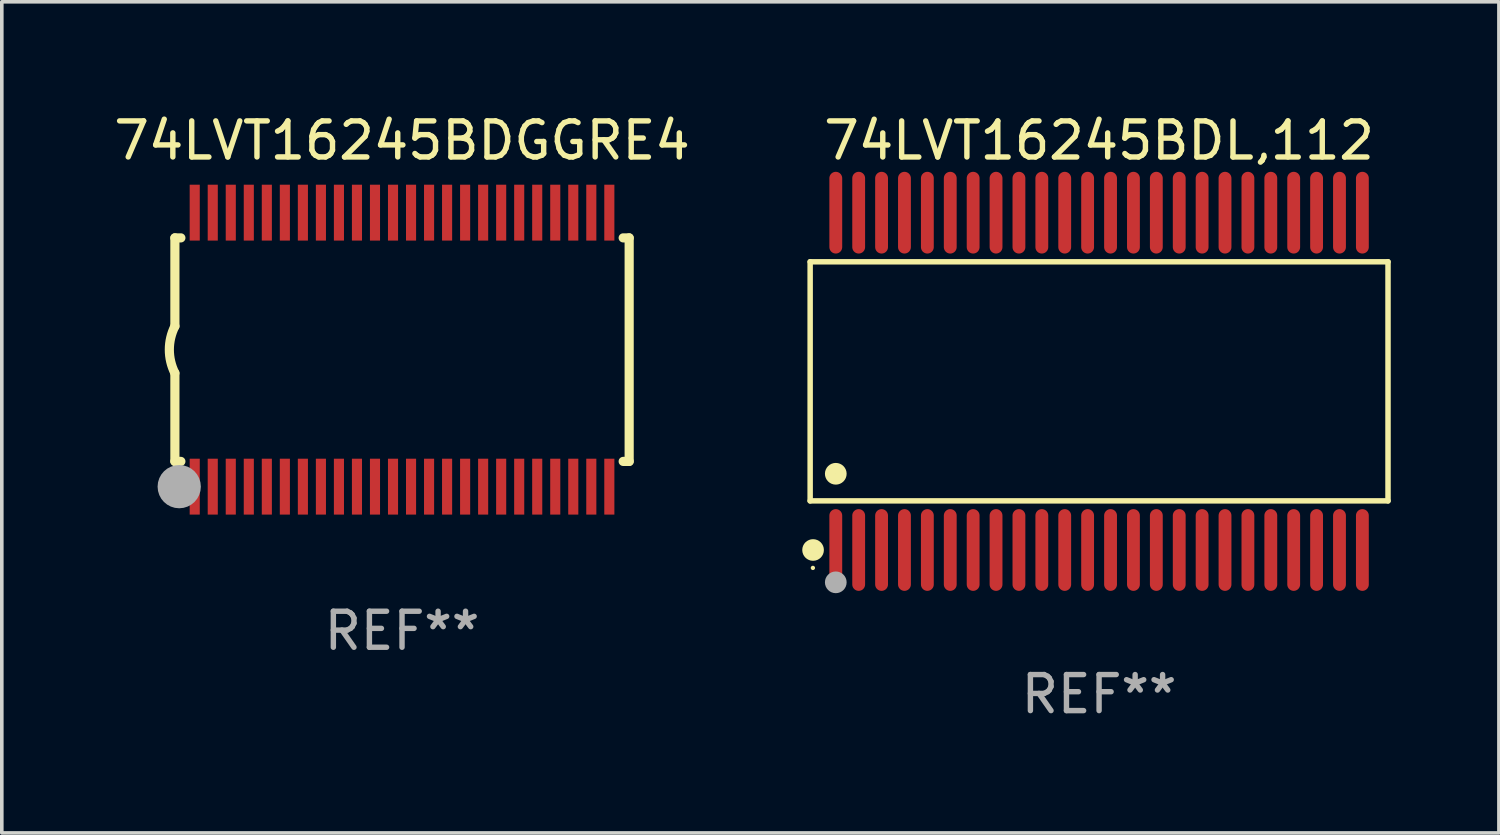
<source format=kicad_pcb>
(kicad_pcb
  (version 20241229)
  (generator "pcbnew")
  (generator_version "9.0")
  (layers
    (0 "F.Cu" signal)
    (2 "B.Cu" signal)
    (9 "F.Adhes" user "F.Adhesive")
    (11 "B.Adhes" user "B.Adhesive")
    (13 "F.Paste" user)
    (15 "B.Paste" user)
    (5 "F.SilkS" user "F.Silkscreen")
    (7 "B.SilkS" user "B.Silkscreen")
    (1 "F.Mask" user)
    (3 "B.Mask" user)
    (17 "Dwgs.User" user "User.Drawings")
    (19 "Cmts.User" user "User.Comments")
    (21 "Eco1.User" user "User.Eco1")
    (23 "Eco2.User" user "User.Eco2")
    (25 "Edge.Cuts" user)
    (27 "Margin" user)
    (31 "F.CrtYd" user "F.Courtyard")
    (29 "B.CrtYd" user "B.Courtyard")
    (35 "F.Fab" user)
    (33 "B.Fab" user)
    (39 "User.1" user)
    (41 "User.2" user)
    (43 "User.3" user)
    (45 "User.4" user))
  (footprint "74LVT16245BDL,112"
    (layer "F.Cu")
    (at 27.435 7.527)
    (property "Reference" "74LVT16245BDL,112" (at 0 -6.678 0) (layer "F.SilkS") (effects (font (size 1 1) (thickness 0.15))))
    (attr through_hole)
    (fp_line (start -8.014 -3.316) (end 8.014 -3.316) (stroke (width 0.152) (type solid)) (layer "F.SilkS"))
    (fp_line (start -8.014 3.316) (end -8.014 -3.316) (stroke (width 0.152) (type solid)) (layer "F.SilkS"))
    (fp_line (start 8.014 -3.316) (end 8.014 3.316) (stroke (width 0.152) (type solid)) (layer "F.SilkS"))
    (fp_line (start 8.014 3.316) (end -8.014 3.316) (stroke (width 0.152) (type solid)) (layer "F.SilkS"))
    (fp_circle (center -7.938 5.175) (end -7.908 5.175) (stroke (width 0.06) (type solid)) (fill no) (layer "F.SilkS"))
    (fp_circle (center -7.933 4.678) (end -7.783 4.678) (stroke (width 0.3) (type solid)) (fill no) (layer "F.SilkS"))
    (fp_circle (center -7.303 2.564) (end -7.152 2.564) (stroke (width 0.3) (type solid)) (fill no) (layer "F.SilkS"))
    (fp_circle (center -7.303 5.575) (end -7.152 5.575) (stroke (width 0.3) (type solid)) (fill no) (layer "F.Fab"))
    (fp_text user "REF**" (at 0 8.678 0) (layer "F.Fab") (effects (font (size 1 1) (thickness 0.15))))
    (pad "1" smd oval (at -7.303 4.678) (size 0.356 2.267) (layers "F.Cu" "F.Mask" "F.Paste"))
    (pad "2" smd oval (at -6.668 4.678) (size 0.356 2.267) (layers "F.Cu" "F.Mask" "F.Paste"))
    (pad "3" smd oval (at -6.033 4.678) (size 0.356 2.267) (layers "F.Cu" "F.Mask" "F.Paste"))
    (pad "4" smd oval (at -5.398 4.678) (size 0.356 2.267) (layers "F.Cu" "F.Mask" "F.Paste"))
    (pad "5" smd oval (at -4.763 4.678) (size 0.356 2.267) (layers "F.Cu" "F.Mask" "F.Paste"))
    (pad "6" smd oval (at -4.128 4.678) (size 0.356 2.267) (layers "F.Cu" "F.Mask" "F.Paste"))
    (pad "7" smd oval (at -3.493 4.678) (size 0.356 2.267) (layers "F.Cu" "F.Mask" "F.Paste"))
    (pad "8" smd oval (at -2.858 4.678) (size 0.356 2.267) (layers "F.Cu" "F.Mask" "F.Paste"))
    (pad "9" smd oval (at -2.223 4.678) (size 0.356 2.267) (layers "F.Cu" "F.Mask" "F.Paste"))
    (pad "10" smd oval (at -1.588 4.678) (size 0.356 2.267) (layers "F.Cu" "F.Mask" "F.Paste"))
    (pad "11" smd oval (at -0.953 4.678) (size 0.356 2.267) (layers "F.Cu" "F.Mask" "F.Paste"))
    (pad "12" smd oval (at -0.318 4.678) (size 0.356 2.267) (layers "F.Cu" "F.Mask" "F.Paste"))
    (pad "13" smd oval (at 0.318 4.678) (size 0.356 2.267) (layers "F.Cu" "F.Mask" "F.Paste"))
    (pad "14" smd oval (at 0.953 4.678) (size 0.356 2.267) (layers "F.Cu" "F.Mask" "F.Paste"))
    (pad "15" smd oval (at 1.588 4.678) (size 0.356 2.267) (layers "F.Cu" "F.Mask" "F.Paste"))
    (pad "16" smd oval (at 2.223 4.678) (size 0.356 2.267) (layers "F.Cu" "F.Mask" "F.Paste"))
    (pad "17" smd oval (at 2.858 4.678) (size 0.356 2.267) (layers "F.Cu" "F.Mask" "F.Paste"))
    (pad "18" smd oval (at 3.493 4.678) (size 0.356 2.267) (layers "F.Cu" "F.Mask" "F.Paste"))
    (pad "19" smd oval (at 4.128 4.678) (size 0.356 2.267) (layers "F.Cu" "F.Mask" "F.Paste"))
    (pad "20" smd oval (at 4.763 4.678) (size 0.356 2.267) (layers "F.Cu" "F.Mask" "F.Paste"))
    (pad "21" smd oval (at 5.398 4.678) (size 0.356 2.267) (layers "F.Cu" "F.Mask" "F.Paste"))
    (pad "22" smd oval (at 6.033 4.678) (size 0.356 2.267) (layers "F.Cu" "F.Mask" "F.Paste"))
    (pad "23" smd oval (at 6.668 4.678) (size 0.356 2.267) (layers "F.Cu" "F.Mask" "F.Paste"))
    (pad "24" smd oval (at 7.303 4.678) (size 0.356 2.267) (layers "F.Cu" "F.Mask" "F.Paste"))
    (pad "25" smd oval (at 7.303 -4.678) (size 0.356 2.267) (layers "F.Cu" "F.Mask" "F.Paste"))
    (pad "26" smd oval (at 6.668 -4.678) (size 0.356 2.267) (layers "F.Cu" "F.Mask" "F.Paste"))
    (pad "27" smd oval (at 6.033 -4.678) (size 0.356 2.267) (layers "F.Cu" "F.Mask" "F.Paste"))
    (pad "28" smd oval (at 5.398 -4.678) (size 0.356 2.267) (layers "F.Cu" "F.Mask" "F.Paste"))
    (pad "29" smd oval (at 4.763 -4.678) (size 0.356 2.267) (layers "F.Cu" "F.Mask" "F.Paste"))
    (pad "30" smd oval (at 4.128 -4.678) (size 0.356 2.267) (layers "F.Cu" "F.Mask" "F.Paste"))
    (pad "31" smd oval (at 3.493 -4.678) (size 0.356 2.267) (layers "F.Cu" "F.Mask" "F.Paste"))
    (pad "32" smd oval (at 2.858 -4.678) (size 0.356 2.267) (layers "F.Cu" "F.Mask" "F.Paste"))
    (pad "33" smd oval (at 2.223 -4.678) (size 0.356 2.267) (layers "F.Cu" "F.Mask" "F.Paste"))
    (pad "34" smd oval (at 1.588 -4.678) (size 0.356 2.267) (layers "F.Cu" "F.Mask" "F.Paste"))
    (pad "35" smd oval (at 0.953 -4.678) (size 0.356 2.267) (layers "F.Cu" "F.Mask" "F.Paste"))
    (pad "36" smd oval (at 0.318 -4.678) (size 0.356 2.267) (layers "F.Cu" "F.Mask" "F.Paste"))
    (pad "37" smd oval (at -0.318 -4.678) (size 0.356 2.267) (layers "F.Cu" "F.Mask" "F.Paste"))
    (pad "38" smd oval (at -0.953 -4.678) (size 0.356 2.267) (layers "F.Cu" "F.Mask" "F.Paste"))
    (pad "39" smd oval (at -1.588 -4.678) (size 0.356 2.267) (layers "F.Cu" "F.Mask" "F.Paste"))
    (pad "40" smd oval (at -2.223 -4.678) (size 0.356 2.267) (layers "F.Cu" "F.Mask" "F.Paste"))
    (pad "41" smd oval (at -2.858 -4.678) (size 0.356 2.267) (layers "F.Cu" "F.Mask" "F.Paste"))
    (pad "42" smd oval (at -3.493 -4.678) (size 0.356 2.267) (layers "F.Cu" "F.Mask" "F.Paste"))
    (pad "43" smd oval (at -4.128 -4.678) (size 0.356 2.267) (layers "F.Cu" "F.Mask" "F.Paste"))
    (pad "44" smd oval (at -4.763 -4.678) (size 0.356 2.267) (layers "F.Cu" "F.Mask" "F.Paste"))
    (pad "45" smd oval (at -5.398 -4.678) (size 0.356 2.267) (layers "F.Cu" "F.Mask" "F.Paste"))
    (pad "46" smd oval (at -6.033 -4.678) (size 0.356 2.267) (layers "F.Cu" "F.Mask" "F.Paste"))
    (pad "47" smd oval (at -6.668 -4.678) (size 0.356 2.267) (layers "F.Cu" "F.Mask" "F.Paste"))
    (pad "48" smd oval (at -7.303 -4.678) (size 0.356 2.267) (layers "F.Cu" "F.Mask" "F.Paste")))
  (footprint "74LVT16245BDGGRE4"
    (layer "F.Cu")
    (at 8.101 6.648)
    (property "Reference" "74LVT16245BDGGRE4" (at 0 -5.8 0) (layer "F.SilkS") (effects (font (size 1 1) (thickness 0.15))))
    (attr through_hole)
    (fp_line (start -6.3 -3.1) (end -6.3 -0.65) (stroke (width 0.254) (type solid)) (layer "F.SilkS"))
    (fp_line (start -6.3 -3.1) (end -6.134 -3.1) (stroke (width 0.254) (type solid)) (layer "F.SilkS"))
    (fp_line (start -6.3 3.1) (end -6.3 0.65) (stroke (width 0.254) (type solid)) (layer "F.SilkS"))
    (fp_line (start -6.3 3.1) (end -6.134 3.1) (stroke (width 0.254) (type solid)) (layer "F.SilkS"))
    (fp_line (start 6.134 -3.1) (end 6.3 -3.1) (stroke (width 0.254) (type solid)) (layer "F.SilkS"))
    (fp_line (start 6.134 3.1) (end 6.3 3.1) (stroke (width 0.254) (type solid)) (layer "F.SilkS"))
    (fp_line (start 6.3 -3.1) (end 6.3 3.1) (stroke (width 0.254) (type solid)) (layer "F.SilkS"))
    (fp_arc (start -6.301016 0.650114) (mid -6.45413 -0.000082) (end -6.3 -0.650038) (stroke (width 0.254001) (type solid)) (layer "F.SilkS"))
    (fp_circle (center -6.35 3.81) (end -6.223 3.81) (stroke (width 0.254) (type solid)) (fill no) (layer "F.SilkS"))
    (fp_circle (center -6.25 4.05) (end -6.22 4.05) (stroke (width 0.06) (type solid)) (fill no) (layer "F.SilkS"))
    (fp_circle (center -6.18 3.8) (end -5.88 3.8) (stroke (width 0.6) (type solid)) (fill no) (layer "F.Fab"))
    (fp_text user "REF**" (at 0 7.8 0) (layer "F.Fab") (effects (font (size 1 1) (thickness 0.15))))
    (pad "1" smd rect (at -5.75 3.8) (size 0.28 1.55) (layers "F.Cu" "F.Mask" "F.Paste"))
    (pad "2" smd rect (at -5.25 3.8) (size 0.28 1.55) (layers "F.Cu" "F.Mask" "F.Paste"))
    (pad "3" smd rect (at -4.75 3.8) (size 0.28 1.55) (layers "F.Cu" "F.Mask" "F.Paste"))
    (pad "4" smd rect (at -4.25 3.8) (size 0.28 1.55) (layers "F.Cu" "F.Mask" "F.Paste"))
    (pad "5" smd rect (at -3.75 3.8) (size 0.28 1.55) (layers "F.Cu" "F.Mask" "F.Paste"))
    (pad "6" smd rect (at -3.25 3.8) (size 0.28 1.55) (layers "F.Cu" "F.Mask" "F.Paste"))
    (pad "7" smd rect (at -2.75 3.8) (size 0.28 1.55) (layers "F.Cu" "F.Mask" "F.Paste"))
    (pad "8" smd rect (at -2.25 3.8) (size 0.28 1.55) (layers "F.Cu" "F.Mask" "F.Paste"))
    (pad "9" smd rect (at -1.75 3.8) (size 0.28 1.55) (layers "F.Cu" "F.Mask" "F.Paste"))
    (pad "10" smd rect (at -1.25 3.8) (size 0.28 1.55) (layers "F.Cu" "F.Mask" "F.Paste"))
    (pad "11" smd rect (at -0.75 3.8) (size 0.28 1.55) (layers "F.Cu" "F.Mask" "F.Paste"))
    (pad "12" smd rect (at -0.25 3.8) (size 0.28 1.55) (layers "F.Cu" "F.Mask" "F.Paste"))
    (pad "13" smd rect (at 0.25 3.8) (size 0.28 1.55) (layers "F.Cu" "F.Mask" "F.Paste"))
    (pad "14" smd rect (at 0.75 3.8) (size 0.28 1.55) (layers "F.Cu" "F.Mask" "F.Paste"))
    (pad "15" smd rect (at 1.25 3.8) (size 0.28 1.55) (layers "F.Cu" "F.Mask" "F.Paste"))
    (pad "16" smd rect (at 1.75 3.8) (size 0.28 1.55) (layers "F.Cu" "F.Mask" "F.Paste"))
    (pad "17" smd rect (at 2.25 3.8) (size 0.28 1.55) (layers "F.Cu" "F.Mask" "F.Paste"))
    (pad "18" smd rect (at 2.75 3.8) (size 0.28 1.55) (layers "F.Cu" "F.Mask" "F.Paste"))
    (pad "19" smd rect (at 3.25 3.8) (size 0.28 1.55) (layers "F.Cu" "F.Mask" "F.Paste"))
    (pad "20" smd rect (at 3.75 3.8) (size 0.28 1.55) (layers "F.Cu" "F.Mask" "F.Paste"))
    (pad "21" smd rect (at 4.25 3.8) (size 0.28 1.55) (layers "F.Cu" "F.Mask" "F.Paste"))
    (pad "22" smd rect (at 4.75 3.8) (size 0.28 1.55) (layers "F.Cu" "F.Mask" "F.Paste"))
    (pad "23" smd rect (at 5.25 3.8) (size 0.28 1.55) (layers "F.Cu" "F.Mask" "F.Paste"))
    (pad "24" smd rect (at 5.75 3.8) (size 0.28 1.55) (layers "F.Cu" "F.Mask" "F.Paste"))
    (pad "25" smd rect (at 5.75 -3.8) (size 0.28 1.55) (layers "F.Cu" "F.Mask" "F.Paste"))
    (pad "26" smd rect (at 5.25 -3.8) (size 0.28 1.55) (layers "F.Cu" "F.Mask" "F.Paste"))
    (pad "27" smd rect (at 4.75 -3.8) (size 0.28 1.55) (layers "F.Cu" "F.Mask" "F.Paste"))
    (pad "28" smd rect (at 4.25 -3.8) (size 0.28 1.55) (layers "F.Cu" "F.Mask" "F.Paste"))
    (pad "29" smd rect (at 3.75 -3.8) (size 0.28 1.55) (layers "F.Cu" "F.Mask" "F.Paste"))
    (pad "30" smd rect (at 3.25 -3.8) (size 0.28 1.55) (layers "F.Cu" "F.Mask" "F.Paste"))
    (pad "31" smd rect (at 2.75 -3.8) (size 0.28 1.55) (layers "F.Cu" "F.Mask" "F.Paste"))
    (pad "32" smd rect (at 2.25 -3.8) (size 0.28 1.55) (layers "F.Cu" "F.Mask" "F.Paste"))
    (pad "33" smd rect (at 1.75 -3.8) (size 0.28 1.55) (layers "F.Cu" "F.Mask" "F.Paste"))
    (pad "34" smd rect (at 1.25 -3.8) (size 0.28 1.55) (layers "F.Cu" "F.Mask" "F.Paste"))
    (pad "35" smd rect (at 0.75 -3.8) (size 0.28 1.55) (layers "F.Cu" "F.Mask" "F.Paste"))
    (pad "36" smd rect (at 0.25 -3.8) (size 0.28 1.55) (layers "F.Cu" "F.Mask" "F.Paste"))
    (pad "37" smd rect (at -0.25 -3.8) (size 0.28 1.55) (layers "F.Cu" "F.Mask" "F.Paste"))
    (pad "38" smd rect (at -0.75 -3.8) (size 0.28 1.55) (layers "F.Cu" "F.Mask" "F.Paste"))
    (pad "39" smd rect (at -1.25 -3.8) (size 0.28 1.55) (layers "F.Cu" "F.Mask" "F.Paste"))
    (pad "40" smd rect (at -1.75 -3.8) (size 0.28 1.55) (layers "F.Cu" "F.Mask" "F.Paste"))
    (pad "41" smd rect (at -2.25 -3.8) (size 0.28 1.55) (layers "F.Cu" "F.Mask" "F.Paste"))
    (pad "42" smd rect (at -2.75 -3.8) (size 0.28 1.55) (layers "F.Cu" "F.Mask" "F.Paste"))
    (pad "43" smd rect (at -3.25 -3.8) (size 0.28 1.55) (layers "F.Cu" "F.Mask" "F.Paste"))
    (pad "44" smd rect (at -3.75 -3.8) (size 0.28 1.55) (layers "F.Cu" "F.Mask" "F.Paste"))
    (pad "45" smd rect (at -4.25 -3.8) (size 0.28 1.55) (layers "F.Cu" "F.Mask" "F.Paste"))
    (pad "46" smd rect (at -4.75 -3.8) (size 0.28 1.55) (layers "F.Cu" "F.Mask" "F.Paste"))
    (pad "47" smd rect (at -5.25 -3.8) (size 0.28 1.55) (layers "F.Cu" "F.Mask" "F.Paste"))
    (pad "48" smd rect (at -5.75 -3.8) (size 0.28 1.55) (layers "F.Cu" "F.Mask" "F.Paste")))
  (gr_rect
    (start -3 -3)
    (end 38.525 20.053)
    (stroke (width 0.1) (type default))
    (fill no)
    (layer "Edge.Cuts")))
</source>
